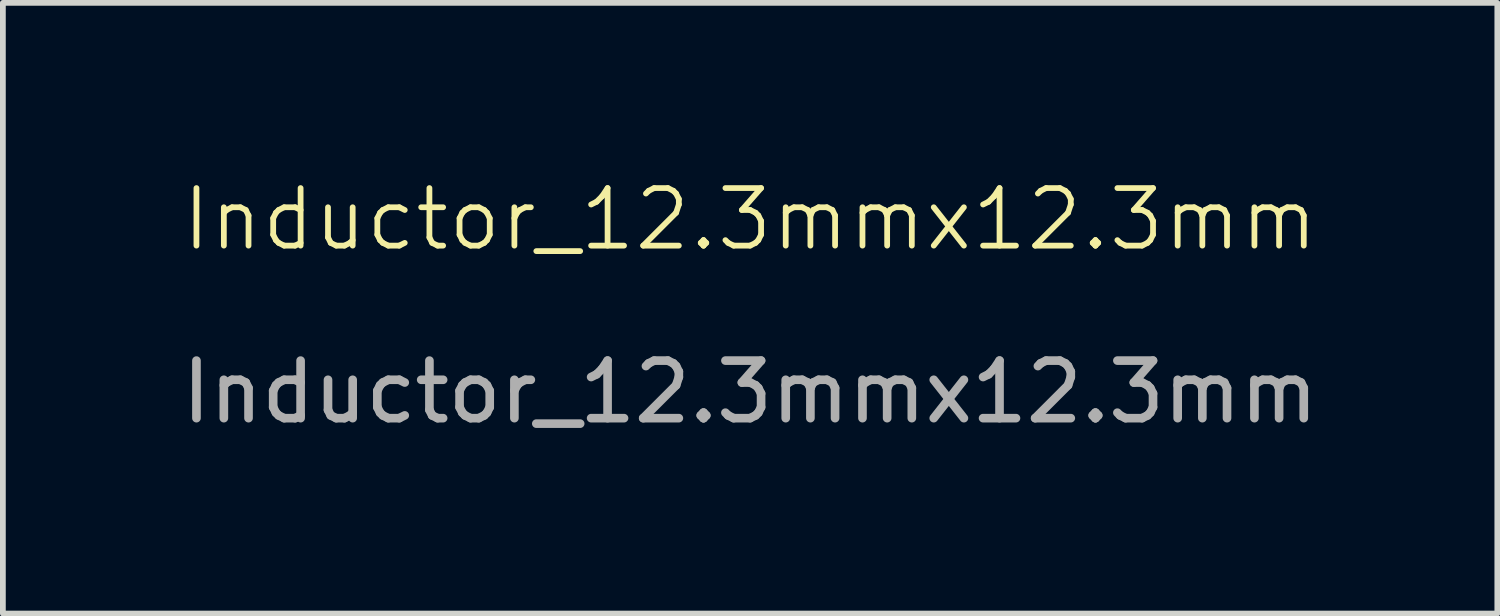
<source format=kicad_pcb>
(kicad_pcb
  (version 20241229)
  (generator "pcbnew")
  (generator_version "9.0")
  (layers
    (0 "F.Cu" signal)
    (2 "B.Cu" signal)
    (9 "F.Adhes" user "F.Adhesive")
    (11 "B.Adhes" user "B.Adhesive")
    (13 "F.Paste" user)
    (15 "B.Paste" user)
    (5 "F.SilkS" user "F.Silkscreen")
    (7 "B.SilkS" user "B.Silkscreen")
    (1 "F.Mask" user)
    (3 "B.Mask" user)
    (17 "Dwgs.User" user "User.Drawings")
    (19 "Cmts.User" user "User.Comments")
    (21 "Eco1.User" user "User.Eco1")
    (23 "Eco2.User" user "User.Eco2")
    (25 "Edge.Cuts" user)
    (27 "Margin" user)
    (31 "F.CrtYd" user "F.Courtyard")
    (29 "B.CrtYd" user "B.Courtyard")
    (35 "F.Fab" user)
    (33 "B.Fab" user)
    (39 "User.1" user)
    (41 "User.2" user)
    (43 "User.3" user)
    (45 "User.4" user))
  (footprint "Inductor_12.3mmx12.3mm"
    (layer "F.Cu")
    (at 9.982 1.26)
    (property "Reference" "Inductor_12.3mmx12.3mm" (at 0 -0.5 0) (unlocked yes) (layer "F.SilkS") (effects (font (size 1 1) (thickness 0.1))))
    (attr smd)
    (fp_text user "${REFERENCE}" (at 0 2.5 0) (unlocked yes) (layer "F.Fab") (effects (font (size 1 1) (thickness 0.15)))))
  (gr_rect
    (start -3 -3)
    (end 22.964 7.609)
    (stroke (width 0.1) (type default))
    (fill no)
    (layer "Edge.Cuts")))
</source>
